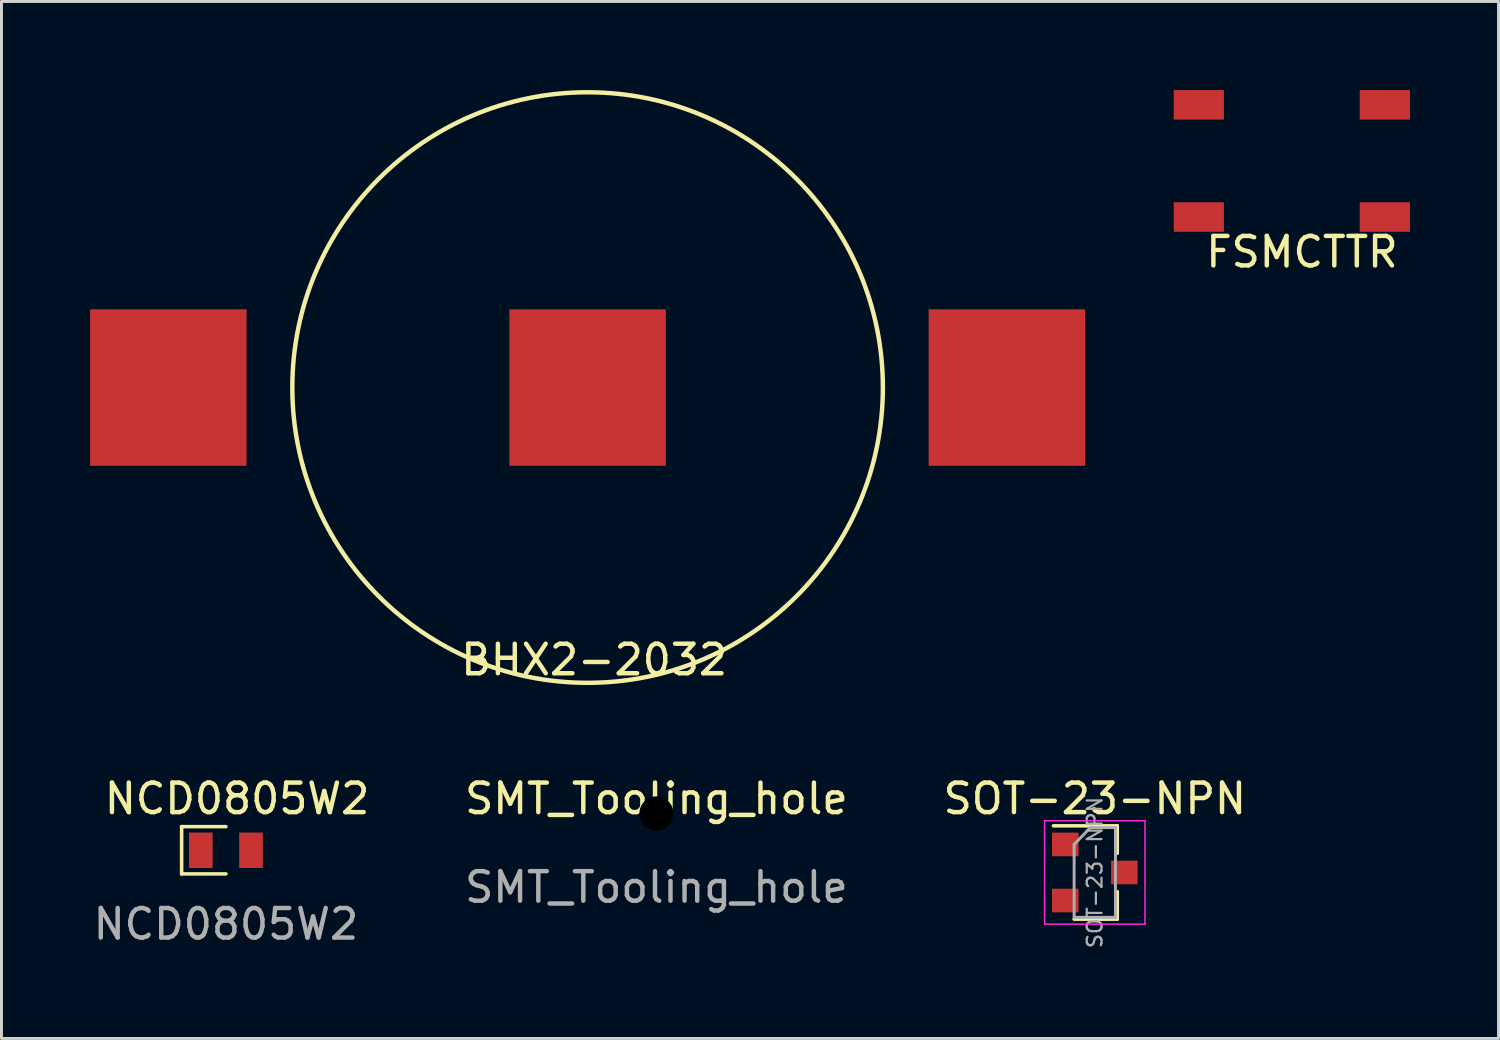
<source format=kicad_pcb>
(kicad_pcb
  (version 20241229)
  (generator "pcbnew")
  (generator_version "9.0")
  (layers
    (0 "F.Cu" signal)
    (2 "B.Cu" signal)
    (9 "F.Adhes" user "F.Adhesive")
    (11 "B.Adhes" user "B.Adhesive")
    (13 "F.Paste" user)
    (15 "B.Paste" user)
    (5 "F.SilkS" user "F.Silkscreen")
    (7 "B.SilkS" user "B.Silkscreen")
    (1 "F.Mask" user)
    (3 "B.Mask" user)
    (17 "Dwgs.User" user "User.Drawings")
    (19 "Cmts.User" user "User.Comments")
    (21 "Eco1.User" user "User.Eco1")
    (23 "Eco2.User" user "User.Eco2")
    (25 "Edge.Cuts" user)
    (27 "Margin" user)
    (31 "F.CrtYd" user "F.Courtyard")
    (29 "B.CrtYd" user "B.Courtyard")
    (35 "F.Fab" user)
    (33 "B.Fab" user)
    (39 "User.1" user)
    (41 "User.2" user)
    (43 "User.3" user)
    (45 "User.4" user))
  (footprint "BHX2-2032"
    (layer "F.Cu")
    (at 16.85 10.075)
    (property "Reference" "BHX2-2032" (at 0.224 9.22 0) (layer "F.SilkS") (effects (font (size 1 1) (thickness 0.15))))
    (attr through_hole)
    (fp_circle (center 0 0) (end 10 0) (stroke (width 0.15) (type solid)) (fill no) (layer "F.SilkS"))
    (pad "1" smd rect (at -14.2 0) (size 5.3 5.3) (layers "F.Cu" "F.Mask" "F.Paste"))
    (pad "1" smd rect (at 14.2 0) (size 5.3 5.3) (layers "F.Cu" "F.Mask" "F.Paste"))
    (pad "2" smd rect (at 0 0) (size 5.3 5.3) (layers "F.Cu" "F.Mask" "F.Paste")))
  (footprint "NCD0805W2"
    (layer "F.Cu")
    (at 4.601 25.746)
    (property "Reference" "NCD0805W2" (at 0.378 -1.748 0) (unlocked yes) (layer "F.SilkS") (effects (font (size 1 1) (thickness 0.15))))
    (attr smd)
    (fp_line (start -1.5 -0.8) (end 0 -0.8) (stroke (width 0.12) (type solid)) (layer "F.SilkS"))
    (fp_line (start -1.5 0.8) (end -1.5 -0.8) (stroke (width 0.12) (type solid)) (layer "F.SilkS"))
    (fp_line (start -1.5 0.8) (end 0 0.8) (stroke (width 0.12) (type solid)) (layer "F.SilkS"))
    (fp_text user "${REFERENCE}" (at 0 2.5 0) (unlocked yes) (layer "F.Fab") (effects (font (size 1 1) (thickness 0.15))))
    (pad "1" smd rect (at -0.85 0) (size 0.8 1.2) (layers "F.Cu" "F.Mask" "F.Paste"))
    (pad "2" smd rect (at 0.85 0) (size 0.8 1.2) (layers "F.Cu" "F.Mask" "F.Paste")))
  (footprint "SMT_Tooling_hole"
    (layer "F.Cu")
    (at 19.181 24.498)
    (property "Reference" "SMT_Tooling_hole" (at 0 -0.5 0) (unlocked yes) (layer "F.SilkS") (effects (font (size 1 1) (thickness 0.15))))
    (attr through_hole)
    (fp_text user "${REFERENCE}" (at 0 2.5 0) (unlocked yes) (layer "F.Fab") (effects (font (size 1 1) (thickness 0.15))))
    (pad "" np_thru_hole circle (at 0 0) (size 1.3 1.3) (drill 1.152) (layers "*.Mask")))
  (footprint "SOT-23-NPN"
    (layer "F.Cu")
    (at 34.027 26.498)
    (property "Reference" "SOT-23-NPN" (at 0 -2.5 0) (layer "F.SilkS") (effects (font (size 1 1) (thickness 0.15))))
    (attr smd)
    (fp_line (start 0.76 -1.58) (end -1.4 -1.58) (stroke (width 0.12) (type solid)) (layer "F.SilkS"))
    (fp_line (start 0.76 -1.58) (end 0.76 -0.65) (stroke (width 0.12) (type solid)) (layer "F.SilkS"))
    (fp_line (start 0.76 1.58) (end -0.7 1.58) (stroke (width 0.12) (type solid)) (layer "F.SilkS"))
    (fp_line (start 0.76 1.58) (end 0.76 0.65) (stroke (width 0.12) (type solid)) (layer "F.SilkS"))
    (fp_line (start -1.7 -1.75) (end 1.7 -1.75) (stroke (width 0.05) (type solid)) (layer "F.CrtYd"))
    (fp_line (start -1.7 1.75) (end -1.7 -1.75) (stroke (width 0.05) (type solid)) (layer "F.CrtYd"))
    (fp_line (start 1.7 -1.75) (end 1.7 1.75) (stroke (width 0.05) (type solid)) (layer "F.CrtYd"))
    (fp_line (start 1.7 1.75) (end -1.7 1.75) (stroke (width 0.05) (type solid)) (layer "F.CrtYd"))
    (fp_line (start -0.7 -0.95) (end -0.7 1.5) (stroke (width 0.1) (type solid)) (layer "F.Fab"))
    (fp_line (start -0.7 -0.95) (end -0.15 -1.52) (stroke (width 0.1) (type solid)) (layer "F.Fab"))
    (fp_line (start -0.7 1.52) (end 0.7 1.52) (stroke (width 0.1) (type solid)) (layer "F.Fab"))
    (fp_line (start -0.15 -1.52) (end 0.7 -1.52) (stroke (width 0.1) (type solid)) (layer "F.Fab"))
    (fp_line (start 0.7 -1.52) (end 0.7 1.52) (stroke (width 0.1) (type solid)) (layer "F.Fab"))
    (fp_text user "${REFERENCE}" (at 0 0 90) (layer "F.Fab") (effects (font (size 0.5 0.5) (thickness 0.075))))
    (pad "1" smd rect (at -1 0.95) (size 0.9 0.8) (layers "F.Cu" "F.Mask" "F.Paste"))
    (pad "2" smd rect (at -1 -0.95) (size 0.9 0.8) (layers "F.Cu" "F.Mask" "F.Paste"))
    (pad "3" smd rect (at 1 0) (size 0.9 0.8) (layers "F.Cu" "F.Mask" "F.Paste")))
  (footprint "FSMCTTR"
    (layer "F.Cu")
    (at 40.7 2.4)
    (property "Reference" "FSMCTTR" (at 0.343 3.084 0) (layer "F.SilkS") (effects (font (size 1 1) (thickness 0.15))))
    (attr through_hole)
    (pad "1" smd rect (at -3.15 -1.9) (size 1.7 1) (layers "F.Cu" "F.Mask" "F.Paste"))
    (pad "2" smd rect (at 3.15 -1.9) (size 1.7 1) (layers "F.Cu" "F.Mask" "F.Paste"))
    (pad "3" smd rect (at -3.15 1.9) (size 1.7 1) (layers "F.Cu" "F.Mask" "F.Paste"))
    (pad "4" smd rect (at 3.15 1.9) (size 1.7 1) (layers "F.Cu" "F.Mask" "F.Paste")))
  (gr_rect
    (start -3 -3)
    (end 47.7 32.12)
    (stroke (width 0.1) (type default))
    (fill no)
    (layer "Edge.Cuts")))
</source>
